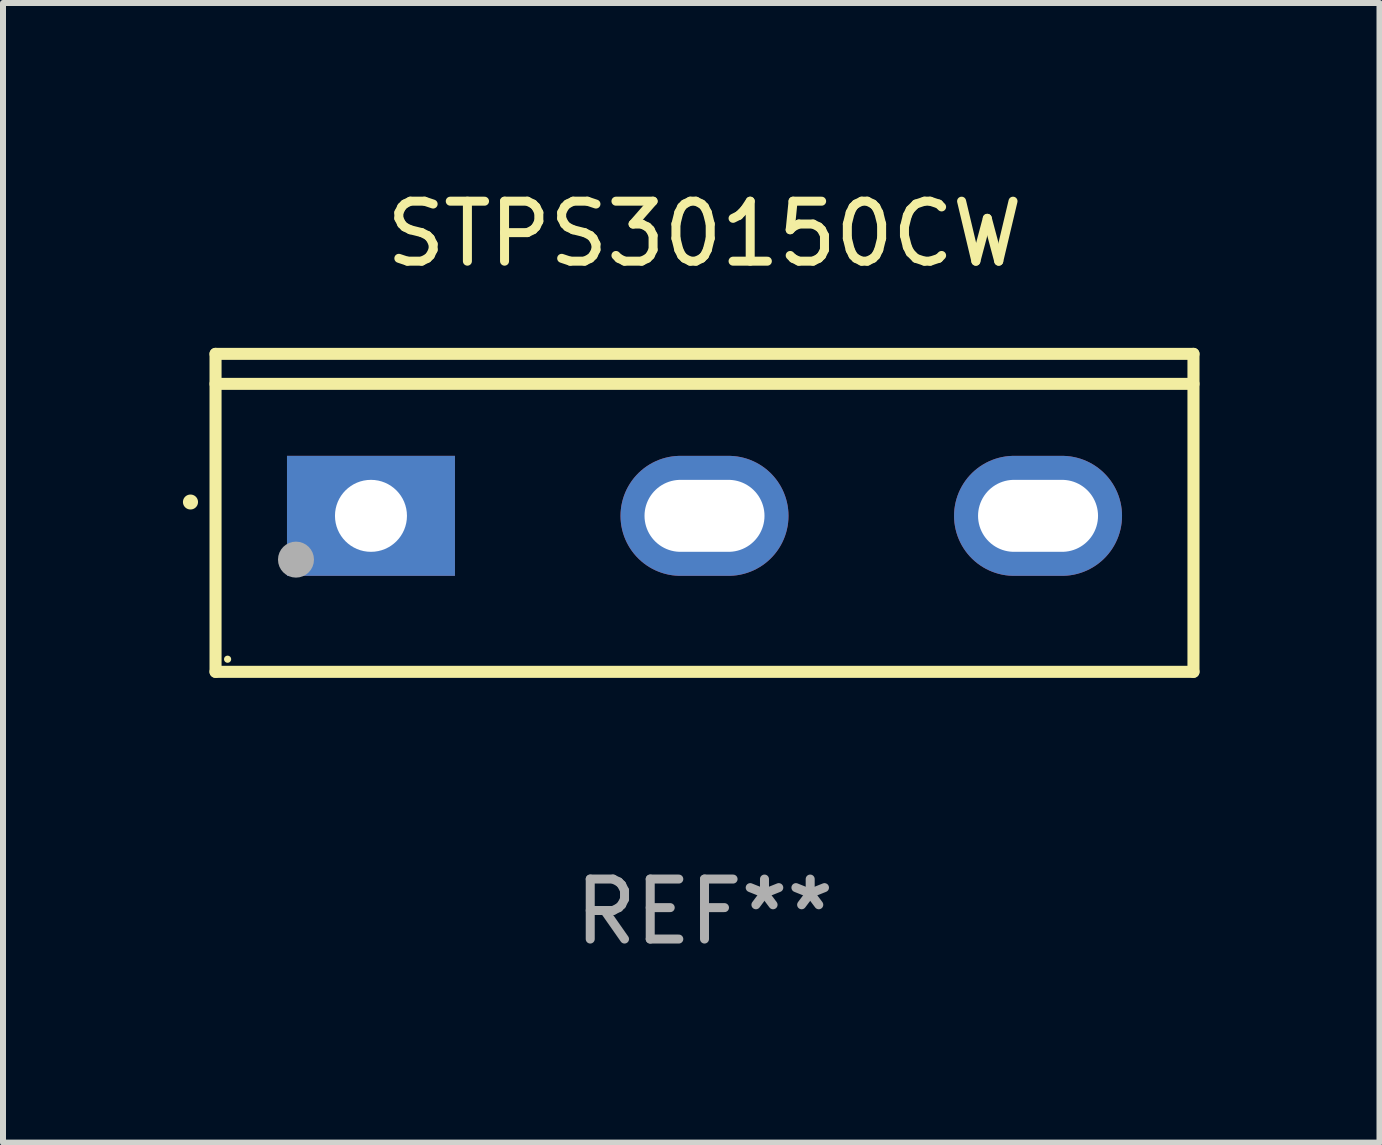
<source format=kicad_pcb>
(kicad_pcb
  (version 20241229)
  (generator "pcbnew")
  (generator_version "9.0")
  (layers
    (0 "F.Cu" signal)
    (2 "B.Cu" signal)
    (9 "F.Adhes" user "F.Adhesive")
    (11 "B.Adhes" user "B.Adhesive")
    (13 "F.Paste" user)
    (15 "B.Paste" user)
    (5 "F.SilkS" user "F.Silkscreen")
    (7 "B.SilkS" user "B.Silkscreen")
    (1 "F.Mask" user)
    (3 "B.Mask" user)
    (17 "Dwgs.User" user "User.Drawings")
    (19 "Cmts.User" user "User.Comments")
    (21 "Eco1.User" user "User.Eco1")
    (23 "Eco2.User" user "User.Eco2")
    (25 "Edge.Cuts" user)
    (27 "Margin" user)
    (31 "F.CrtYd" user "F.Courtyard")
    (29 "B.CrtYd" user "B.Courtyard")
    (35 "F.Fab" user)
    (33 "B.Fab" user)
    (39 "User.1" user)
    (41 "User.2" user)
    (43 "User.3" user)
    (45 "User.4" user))
  (footprint "STPS30150CW"
    (layer "F.Cu")
    (at 8.694 5.499)
    (property "Reference" "STPS30150CW" (at 0 -4.65 0) (layer "F.SilkS") (effects (font (size 1 1) (thickness 0.15))))
    (attr through_hole)
    (fp_line (start -8.151 -2.65) (end -8.151 2.65) (stroke (width 0.201) (type solid)) (layer "F.SilkS"))
    (fp_line (start 8.151 -2.65) (end -8.151 -2.65) (stroke (width 0.201) (type solid)) (layer "F.SilkS"))
    (fp_line (start 8.151 -2.15) (end -8.151 -2.15) (stroke (width 0.201) (type solid)) (layer "F.SilkS"))
    (fp_line (start 8.151 2.65) (end -8.151 2.65) (stroke (width 0.201) (type solid)) (layer "F.SilkS"))
    (fp_line (start 8.151 2.65) (end 8.151 -2.65) (stroke (width 0.201) (type solid)) (layer "F.SilkS"))
    (fp_arc (start -8.570003 -0.18048) (mid -8.568733 -0.180486) (end -8.567463 -0.18048) (stroke (width 0.24892) (type solid)) (layer "F.SilkS"))
    (fp_circle (center -7.95 2.44) (end -7.92 2.44) (stroke (width 0.06) (type solid)) (fill no) (layer "F.SilkS"))
    (fp_circle (center -6.81 0.78) (end -6.66 0.78) (stroke (width 0.3) (type solid)) (fill no) (layer "F.Fab"))
    (fp_text user "REF**" (at 0 6.65 0) (layer "F.Fab") (effects (font (size 1 1) (thickness 0.15))))
    (pad "1" thru_hole rect (at -5.56 0.05 90) (size 2 2.8) (drill 1.2) (layers "*.Cu" "*.Mask"))
    (pad "2" thru_hole oval (at 0 0.05 90) (size 2 2.8) (drill oval 1.2 2) (layers "*.Cu" "*.Mask"))
    (pad "3" thru_hole oval (at 5.56 0.05 90) (size 2 2.8) (drill oval 1.2 2) (layers "*.Cu" "*.Mask")))
  (gr_rect
    (start -3 -3)
    (end 19.946 15.997)
    (stroke (width 0.1) (type default))
    (fill no)
    (layer "Edge.Cuts")))
</source>
